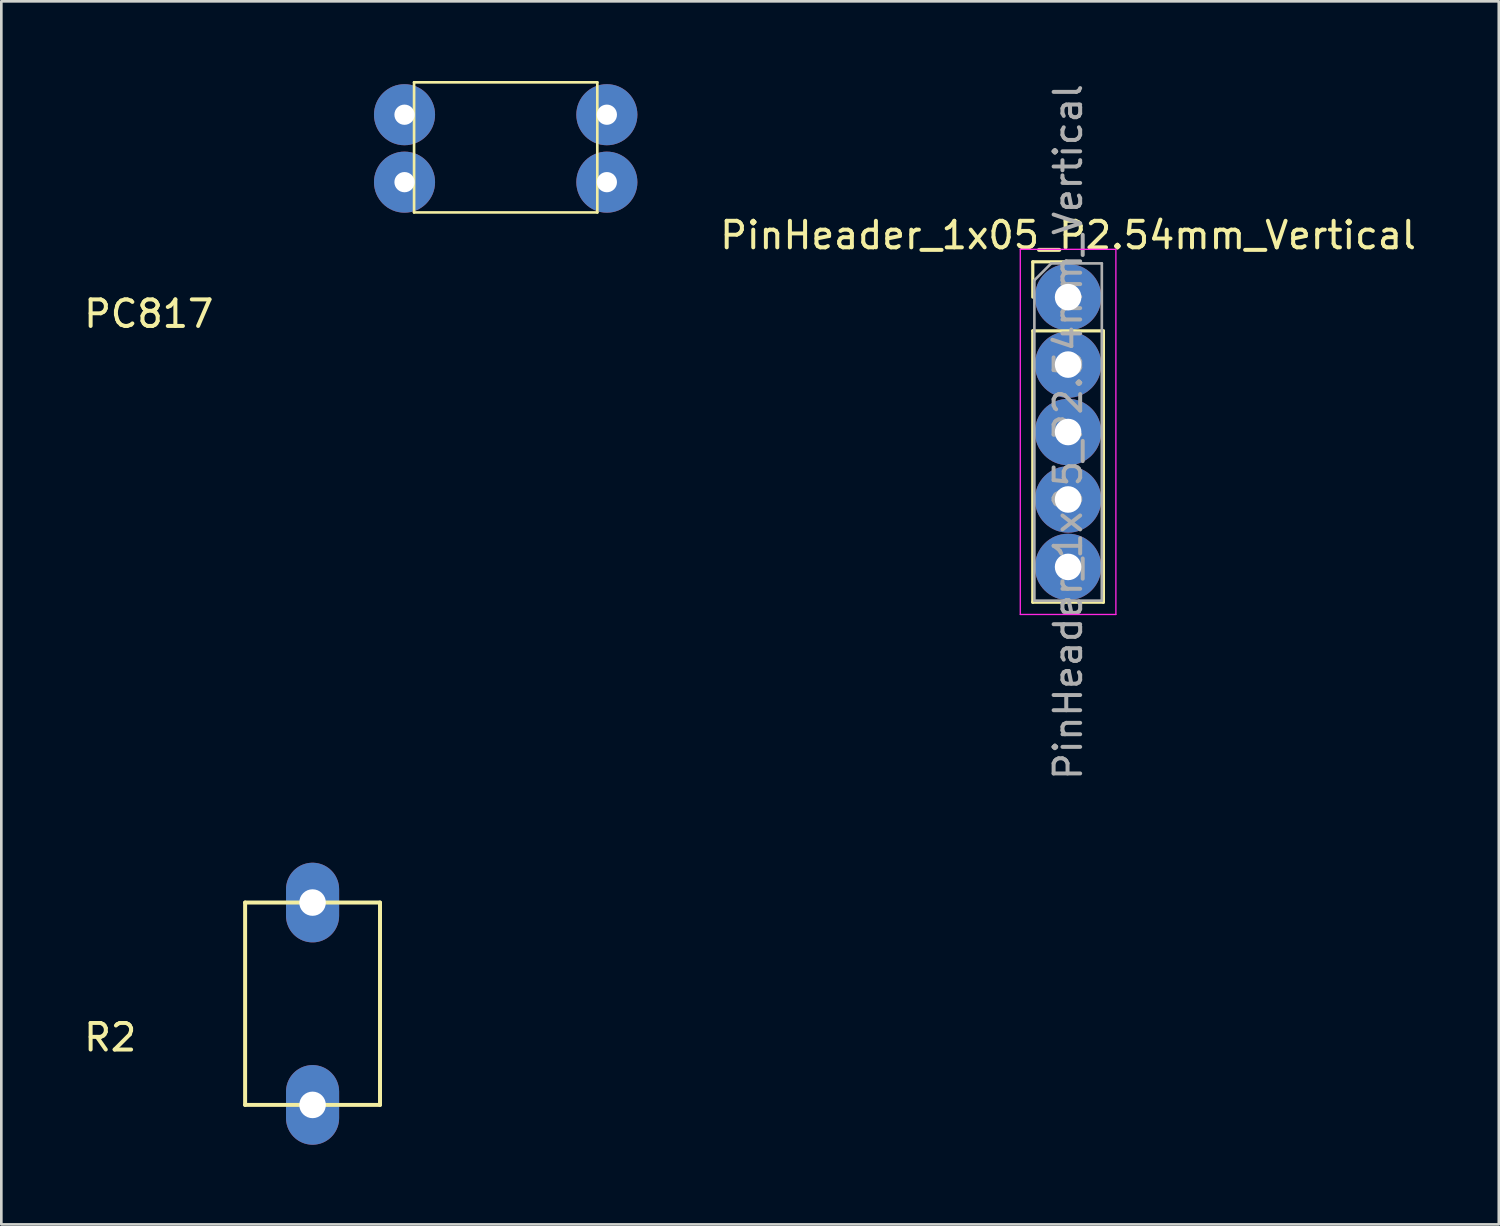
<source format=kicad_pcb>
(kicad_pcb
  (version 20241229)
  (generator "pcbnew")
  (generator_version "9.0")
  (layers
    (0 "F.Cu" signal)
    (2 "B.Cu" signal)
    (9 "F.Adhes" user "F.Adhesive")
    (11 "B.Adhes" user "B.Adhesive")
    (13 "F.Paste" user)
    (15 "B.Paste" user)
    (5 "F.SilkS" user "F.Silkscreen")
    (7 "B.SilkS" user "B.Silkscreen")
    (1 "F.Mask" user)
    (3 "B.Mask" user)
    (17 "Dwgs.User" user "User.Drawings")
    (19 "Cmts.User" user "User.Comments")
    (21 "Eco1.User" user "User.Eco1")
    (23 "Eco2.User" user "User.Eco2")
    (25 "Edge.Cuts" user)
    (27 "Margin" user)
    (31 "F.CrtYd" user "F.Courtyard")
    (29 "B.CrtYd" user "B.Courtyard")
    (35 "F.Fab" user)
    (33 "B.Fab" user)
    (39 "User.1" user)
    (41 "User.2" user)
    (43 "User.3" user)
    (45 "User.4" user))
  (footprint "PinHeader_1x05_P2.54mm_Vertical"
    (layer "F.Cu")
    (at 37.174 8.14)
    (property "Reference" "PinHeader_1x05_P2.54mm_Vertical" (at 0 -2.33 0) (layer "F.SilkS") (effects (font (size 1 1) (thickness 0.15))))
    (attr through_hole)
    (fp_line (start -1.33 -1.33) (end 0 -1.33) (stroke (width 0.12) (type solid)) (layer "F.SilkS"))
    (fp_line (start -1.33 0) (end -1.33 -1.33) (stroke (width 0.12) (type solid)) (layer "F.SilkS"))
    (fp_line (start -1.33 1.27) (end -1.33 11.49) (stroke (width 0.12) (type solid)) (layer "F.SilkS"))
    (fp_line (start -1.33 1.27) (end 1.33 1.27) (stroke (width 0.12) (type solid)) (layer "F.SilkS"))
    (fp_line (start -1.33 11.49) (end 1.33 11.49) (stroke (width 0.12) (type solid)) (layer "F.SilkS"))
    (fp_line (start 1.33 1.27) (end 1.33 11.49) (stroke (width 0.12) (type solid)) (layer "F.SilkS"))
    (fp_line (start -1.8 -1.8) (end -1.8 11.95) (stroke (width 0.05) (type solid)) (layer "F.CrtYd"))
    (fp_line (start -1.8 11.95) (end 1.8 11.95) (stroke (width 0.05) (type solid)) (layer "F.CrtYd"))
    (fp_line (start 1.8 -1.8) (end -1.8 -1.8) (stroke (width 0.05) (type solid)) (layer "F.CrtYd"))
    (fp_line (start 1.8 11.95) (end 1.8 -1.8) (stroke (width 0.05) (type solid)) (layer "F.CrtYd"))
    (fp_line (start -1.27 -0.635) (end -0.635 -1.27) (stroke (width 0.1) (type solid)) (layer "F.Fab"))
    (fp_line (start -1.27 11.43) (end -1.27 -0.635) (stroke (width 0.1) (type solid)) (layer "F.Fab"))
    (fp_line (start -0.635 -1.27) (end 1.27 -1.27) (stroke (width 0.1) (type solid)) (layer "F.Fab"))
    (fp_line (start 1.27 -1.27) (end 1.27 11.43) (stroke (width 0.1) (type solid)) (layer "F.Fab"))
    (fp_line (start 1.27 11.43) (end -1.27 11.43) (stroke (width 0.1) (type solid)) (layer "F.Fab"))
    (fp_text user "${REFERENCE}" (at 0 5.08 90) (layer "F.Fab") (effects (font (size 1 1) (thickness 0.15))))
    (pad "1" thru_hole circle (at 0 0) (size 2.5 2.5) (drill 1) (layers "*.Cu" "*.Mask"))
    (pad "2" thru_hole circle (at 0 2.54) (size 2.5 2.5) (drill 1) (layers "*.Cu" "*.Mask"))
    (pad "3" thru_hole circle (at 0 5.08) (size 2.5 2.5) (drill 1) (layers "*.Cu" "*.Mask"))
    (pad "4" thru_hole circle (at 0 7.62) (size 2.5 2.5) (drill 1) (layers "*.Cu" "*.Mask"))
    (pad "5" thru_hole circle (at 0 10.16) (size 2.5 2.5) (drill 1) (layers "*.Cu" "*.Mask")))
  (footprint "PC817"
    (layer "F.Cu")
    (at 9.644 6.35)
    (property "Reference" "PC817" (at -7.09 2.42 0) (layer "F.SilkS") (effects (font (size 1 1) (thickness 0.15))))
    (attr through_hole)
    (fp_line (start 2.9 -6.3) (end 2.9 -1.4) (stroke (width 0.1) (type solid)) (layer "F.SilkS"))
    (fp_line (start 2.9 -1.4) (end 9.8 -1.4) (stroke (width 0.1) (type solid)) (layer "F.SilkS"))
    (fp_line (start 9.8 -6.3) (end 2.9 -6.3) (stroke (width 0.1) (type solid)) (layer "F.SilkS"))
    (fp_line (start 9.8 -1.4) (end 9.8 -6.3) (stroke (width 0.1) (type solid)) (layer "F.SilkS"))
    (pad "1" thru_hole circle (at 2.54 -2.54) (size 2.3 2.3) (drill 0.762) (layers "*.Cu" "*.Mask"))
    (pad "2" thru_hole circle (at 2.54 -5.08) (size 2.3 2.3) (drill 0.762) (layers "*.Cu" "*.Mask"))
    (pad "3" thru_hole circle (at 10.16 -2.54) (size 2.3 2.3) (drill 0.762) (layers "*.Cu" "*.Mask"))
    (pad "4" thru_hole circle (at 10.16 -5.08) (size 2.3 2.3) (drill 0.762) (layers "*.Cu" "*.Mask")))
  (footprint "R2"
    (layer "F.Cu")
    (at 8.721 38.56)
    (property "Reference" "R2" (at -7.62 -2.54 0) (layer "F.SilkS") (effects (font (size 1 1) (thickness 0.15))))
    (attr through_hole)
    (fp_line (start -2.54 -7.62) (end 2.54 -7.62) (stroke (width 0.15) (type solid)) (layer "F.SilkS"))
    (fp_line (start -2.54 0) (end -2.54 -7.62) (stroke (width 0.15) (type solid)) (layer "F.SilkS"))
    (fp_line (start 2.54 -7.62) (end 2.54 0) (stroke (width 0.15) (type solid)) (layer "F.SilkS"))
    (fp_line (start 2.54 0) (end -2.54 0) (stroke (width 0.15) (type solid)) (layer "F.SilkS"))
    (pad "1" thru_hole oval (at 0 0) (size 2 3) (drill 1) (layers "*.Cu" "*.Paste" "*.Mask"))
    (pad "2" thru_hole oval (at 0 -7.62) (size 2 3) (drill 1) (layers "*.Cu" "*.Paste" "*.Mask")))
  (gr_rect
    (start -3 -3)
    (end 53.394 43.06)
    (stroke (width 0.1) (type default))
    (fill no)
    (layer "Edge.Cuts")))
</source>
